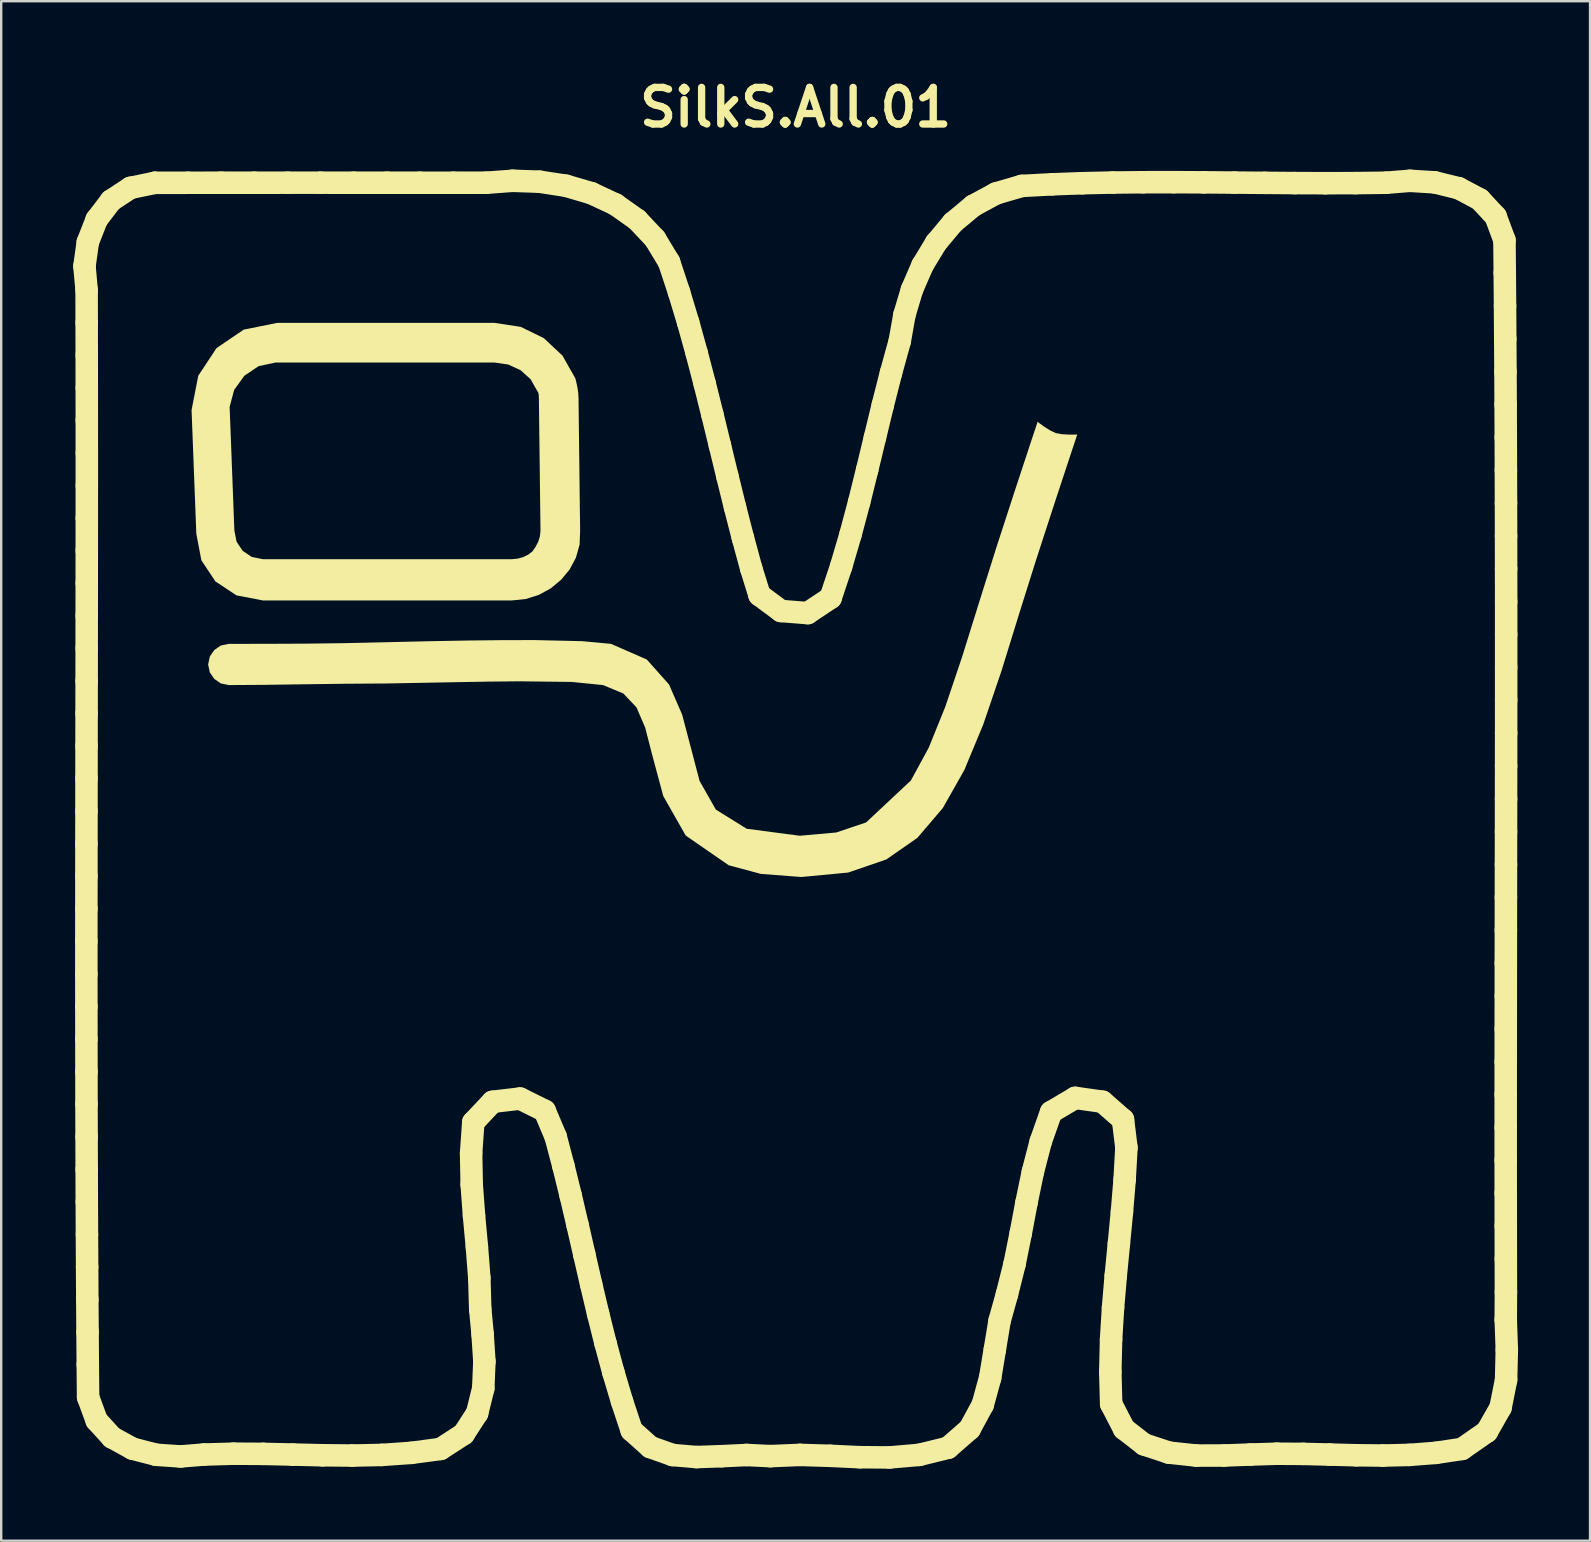
<source format=kicad_pcb>
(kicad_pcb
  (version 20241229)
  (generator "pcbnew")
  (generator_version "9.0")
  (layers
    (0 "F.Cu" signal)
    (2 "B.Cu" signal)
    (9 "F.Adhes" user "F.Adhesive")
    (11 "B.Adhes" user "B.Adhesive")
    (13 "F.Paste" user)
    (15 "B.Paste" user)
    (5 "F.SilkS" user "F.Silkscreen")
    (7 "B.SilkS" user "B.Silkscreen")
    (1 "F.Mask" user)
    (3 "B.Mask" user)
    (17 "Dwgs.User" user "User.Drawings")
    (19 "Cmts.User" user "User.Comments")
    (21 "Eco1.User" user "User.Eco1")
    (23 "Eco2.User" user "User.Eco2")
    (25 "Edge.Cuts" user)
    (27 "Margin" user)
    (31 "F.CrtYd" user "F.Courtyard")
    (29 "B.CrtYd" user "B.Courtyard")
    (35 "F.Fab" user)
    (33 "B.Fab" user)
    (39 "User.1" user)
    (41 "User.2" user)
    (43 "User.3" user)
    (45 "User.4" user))
  (footprint "SilkS.All.01"
    (layer "F.Cu")
    (at 30.103 31.083)
    (property "Reference" "SilkS.All.01" (at 0 -29.656 0) (layer "F.SilkS") (effects (font (size 1.524 1.524) (thickness 0.305))))
    (attr smd)
    (fp_line (start -29.634 -23.04) (end -29.544 -22.046) (stroke (width 0.938) (type solid)) (layer "F.SilkS"))
    (fp_line (start -29.555 6.447) (end -29.554 7.804) (stroke (width 0.938) (type solid)) (layer "F.SilkS"))
    (fp_line (start -29.555 5.09) (end -29.555 6.447) (stroke (width 0.938) (type solid)) (layer "F.SilkS"))
    (fp_line (start -29.554 7.804) (end -29.553 9.161) (stroke (width 0.938) (type solid)) (layer "F.SilkS"))
    (fp_line (start -29.554 3.734) (end -29.555 5.09) (stroke (width 0.938) (type solid)) (layer "F.SilkS"))
    (fp_line (start -29.553 2.377) (end -29.554 3.734) (stroke (width 0.938) (type solid)) (layer "F.SilkS"))
    (fp_line (start -29.553 9.161) (end -29.551 10.518) (stroke (width 0.938) (type solid)) (layer "F.SilkS"))
    (fp_line (start -29.552 1.02) (end -29.553 2.377) (stroke (width 0.938) (type solid)) (layer "F.SilkS"))
    (fp_line (start -29.551 10.518) (end -29.549 11.875) (stroke (width 0.938) (type solid)) (layer "F.SilkS"))
    (fp_line (start -29.55 -0.337) (end -29.552 1.02) (stroke (width 0.938) (type solid)) (layer "F.SilkS"))
    (fp_line (start -29.549 -1.694) (end -29.55 -0.337) (stroke (width 0.938) (type solid)) (layer "F.SilkS"))
    (fp_line (start -29.549 11.875) (end -29.545 13.231) (stroke (width 0.938) (type solid)) (layer "F.SilkS"))
    (fp_line (start -29.547 -3.051) (end -29.549 -1.694) (stroke (width 0.938) (type solid)) (layer "F.SilkS"))
    (fp_line (start -29.545 13.231) (end -29.541 14.588) (stroke (width 0.938) (type solid)) (layer "F.SilkS"))
    (fp_line (start -29.545 -4.408) (end -29.547 -3.051) (stroke (width 0.938) (type solid)) (layer "F.SilkS"))
    (fp_line (start -29.544 -22.046) (end -29.541 -20.69) (stroke (width 0.938) (type solid)) (layer "F.SilkS"))
    (fp_line (start -29.543 -5.764) (end -29.545 -4.408) (stroke (width 0.938) (type solid)) (layer "F.SilkS"))
    (fp_line (start -29.541 -7.121) (end -29.543 -5.764) (stroke (width 0.938) (type solid)) (layer "F.SilkS"))
    (fp_line (start -29.541 14.588) (end -29.536 15.945) (stroke (width 0.938) (type solid)) (layer "F.SilkS"))
    (fp_line (start -29.541 -20.69) (end -29.539 -19.333) (stroke (width 0.938) (type solid)) (layer "F.SilkS"))
    (fp_line (start -29.54 -8.478) (end -29.541 -7.121) (stroke (width 0.938) (type solid)) (layer "F.SilkS"))
    (fp_line (start -29.539 -19.333) (end -29.537 -17.976) (stroke (width 0.938) (type solid)) (layer "F.SilkS"))
    (fp_line (start -29.538 -9.835) (end -29.54 -8.478) (stroke (width 0.938) (type solid)) (layer "F.SilkS"))
    (fp_line (start -29.537 -11.191) (end -29.538 -9.835) (stroke (width 0.938) (type solid)) (layer "F.SilkS"))
    (fp_line (start -29.537 -17.976) (end -29.536 -16.619) (stroke (width 0.938) (type solid)) (layer "F.SilkS"))
    (fp_line (start -29.536 15.945) (end -29.53 17.302) (stroke (width 0.938) (type solid)) (layer "F.SilkS"))
    (fp_line (start -29.536 -12.548) (end -29.537 -11.191) (stroke (width 0.938) (type solid)) (layer "F.SilkS"))
    (fp_line (start -29.536 -16.619) (end -29.535 -15.262) (stroke (width 0.938) (type solid)) (layer "F.SilkS"))
    (fp_line (start -29.535 -13.905) (end -29.536 -12.548) (stroke (width 0.938) (type solid)) (layer "F.SilkS"))
    (fp_line (start -29.535 -15.262) (end -29.535 -13.905) (stroke (width 0.938) (type solid)) (layer "F.SilkS"))
    (fp_line (start -29.53 17.302) (end -29.523 18.659) (stroke (width 0.938) (type solid)) (layer "F.SilkS"))
    (fp_line (start -29.523 18.659) (end -29.515 20.016) (stroke (width 0.938) (type solid)) (layer "F.SilkS"))
    (fp_line (start -29.515 20.016) (end -29.505 21.373) (stroke (width 0.938) (type solid)) (layer "F.SilkS"))
    (fp_line (start -29.505 21.373) (end -29.495 22.73) (stroke (width 0.938) (type solid)) (layer "F.SilkS"))
    (fp_line (start -29.495 -24.042) (end -29.634 -23.04) (stroke (width 0.938) (type solid)) (layer "F.SilkS"))
    (fp_line (start -29.495 22.73) (end -29.482 24.086) (stroke (width 0.938) (type solid)) (layer "F.SilkS"))
    (fp_line (start -29.482 24.086) (end -29.124 25.058) (stroke (width 0.938) (type solid)) (layer "F.SilkS"))
    (fp_line (start -29.124 25.058) (end -28.485 25.761) (stroke (width 0.938) (type solid)) (layer "F.SilkS"))
    (fp_line (start -29.123 -24.99) (end -29.495 -24.042) (stroke (width 0.938) (type solid)) (layer "F.SilkS"))
    (fp_line (start -28.523 -25.776) (end -29.123 -24.99) (stroke (width 0.938) (type solid)) (layer "F.SilkS"))
    (fp_line (start -28.485 25.761) (end -27.628 26.231) (stroke (width 0.938) (type solid)) (layer "F.SilkS"))
    (fp_line (start -27.717 -26.306) (end -28.523 -25.776) (stroke (width 0.938) (type solid)) (layer "F.SilkS"))
    (fp_line (start -27.628 26.231) (end -26.644 26.485) (stroke (width 0.938) (type solid)) (layer "F.SilkS"))
    (fp_line (start -26.701 -26.515) (end -27.717 -26.306) (stroke (width 0.938) (type solid)) (layer "F.SilkS"))
    (fp_line (start -26.701 -26.515) (end -26.701 -26.515) (stroke (width 0.938) (type solid)) (layer "F.SilkS"))
    (fp_line (start -26.644 26.485) (end -25.632 26.554) (stroke (width 0.938) (type solid)) (layer "F.SilkS"))
    (fp_line (start -25.632 26.554) (end -24.654 26.475) (stroke (width 0.938) (type solid)) (layer "F.SilkS"))
    (fp_line (start -25.32 -26.517) (end -26.701 -26.515) (stroke (width 0.938) (type solid)) (layer "F.SilkS"))
    (fp_line (start -24.654 26.475) (end -23.422 26.44) (stroke (width 0.938) (type solid)) (layer "F.SilkS"))
    (fp_line (start -23.938 -26.519) (end -25.32 -26.517) (stroke (width 0.938) (type solid)) (layer "F.SilkS"))
    (fp_line (start -23.422 26.44) (end -22.185 26.447) (stroke (width 0.938) (type solid)) (layer "F.SilkS"))
    (fp_line (start -22.557 -26.519) (end -23.938 -26.519) (stroke (width 0.938) (type solid)) (layer "F.SilkS"))
    (fp_line (start -22.185 26.447) (end -20.951 26.476) (stroke (width 0.938) (type solid)) (layer "F.SilkS"))
    (fp_line (start -21.175 -26.52) (end -22.557 -26.519) (stroke (width 0.938) (type solid)) (layer "F.SilkS"))
    (fp_line (start -20.951 26.476) (end -19.716 26.505) (stroke (width 0.938) (type solid)) (layer "F.SilkS"))
    (fp_line (start -19.794 -26.52) (end -21.175 -26.52) (stroke (width 0.938) (type solid)) (layer "F.SilkS"))
    (fp_line (start -19.716 26.505) (end -18.479 26.517) (stroke (width 0.938) (type solid)) (layer "F.SilkS"))
    (fp_line (start -18.479 26.517) (end -17.247 26.491) (stroke (width 0.938) (type solid)) (layer "F.SilkS"))
    (fp_line (start -18.413 -26.519) (end -19.794 -26.52) (stroke (width 0.938) (type solid)) (layer "F.SilkS"))
    (fp_line (start -17.247 26.491) (end -16.014 26.405) (stroke (width 0.938) (type solid)) (layer "F.SilkS"))
    (fp_line (start -17.031 -26.519) (end -18.413 -26.519) (stroke (width 0.938) (type solid)) (layer "F.SilkS"))
    (fp_line (start -16.014 26.405) (end -14.792 26.241) (stroke (width 0.938) (type solid)) (layer "F.SilkS"))
    (fp_line (start -15.65 -26.518) (end -17.031 -26.519) (stroke (width 0.938) (type solid)) (layer "F.SilkS"))
    (fp_line (start -14.792 26.241) (end -13.834 25.621) (stroke (width 0.938) (type solid)) (layer "F.SilkS"))
    (fp_line (start -14.269 -26.518) (end -15.65 -26.518) (stroke (width 0.938) (type solid)) (layer "F.SilkS"))
    (fp_line (start -13.834 25.621) (end -13.272 24.752) (stroke (width 0.938) (type solid)) (layer "F.SilkS"))
    (fp_line (start -13.523 13.922) (end -13.432 12.629) (stroke (width 0.938) (type solid)) (layer "F.SilkS"))
    (fp_line (start -13.498 15.225) (end -13.523 13.922) (stroke (width 0.938) (type solid)) (layer "F.SilkS"))
    (fp_line (start -13.432 12.629) (end -12.63 11.777) (stroke (width 0.938) (type solid)) (layer "F.SilkS"))
    (fp_line (start -13.402 16.52) (end -13.498 15.225) (stroke (width 0.938) (type solid)) (layer "F.SilkS"))
    (fp_line (start -13.282 17.817) (end -13.402 16.52) (stroke (width 0.938) (type solid)) (layer "F.SilkS"))
    (fp_line (start -13.272 24.752) (end -13.016 23.718) (stroke (width 0.938) (type solid)) (layer "F.SilkS"))
    (fp_line (start -13.181 19.118) (end -13.282 17.817) (stroke (width 0.938) (type solid)) (layer "F.SilkS"))
    (fp_line (start -13.143 20.413) (end -13.181 19.118) (stroke (width 0.938) (type solid)) (layer "F.SilkS"))
    (fp_line (start -13.043 21.469) (end -13.143 20.413) (stroke (width 0.938) (type solid)) (layer "F.SilkS"))
    (fp_line (start -13.016 23.718) (end -12.97 22.597) (stroke (width 0.938) (type solid)) (layer "F.SilkS"))
    (fp_line (start -12.97 22.597) (end -13.043 21.469) (stroke (width 0.938) (type solid)) (layer "F.SilkS"))
    (fp_line (start -12.887 -26.519) (end -14.269 -26.518) (stroke (width 0.938) (type solid)) (layer "F.SilkS"))
    (fp_line (start -12.63 11.777) (end -11.483 11.642) (stroke (width 0.938) (type solid)) (layer "F.SilkS"))
    (fp_line (start -11.788 -26.6) (end -12.887 -26.519) (stroke (width 0.938) (type solid)) (layer "F.SilkS"))
    (fp_line (start -11.483 11.642) (end -10.456 12.151) (stroke (width 0.938) (type solid)) (layer "F.SilkS"))
    (fp_line (start -10.672 -26.562) (end -11.788 -26.6) (stroke (width 0.938) (type solid)) (layer "F.SilkS"))
    (fp_line (start -10.456 12.151) (end -9.998 13.236) (stroke (width 0.938) (type solid)) (layer "F.SilkS"))
    (fp_line (start -9.998 13.236) (end -9.676 14.457) (stroke (width 0.938) (type solid)) (layer "F.SilkS"))
    (fp_line (start -9.676 14.457) (end -9.374 15.686) (stroke (width 0.938) (type solid)) (layer "F.SilkS"))
    (fp_line (start -9.57 -26.393) (end -10.672 -26.562) (stroke (width 0.938) (type solid)) (layer "F.SilkS"))
    (fp_line (start -9.374 15.686) (end -9.086 16.916) (stroke (width 0.938) (type solid)) (layer "F.SilkS"))
    (fp_line (start -9.086 16.916) (end -8.804 18.149) (stroke (width 0.938) (type solid)) (layer "F.SilkS"))
    (fp_line (start -8.804 18.149) (end -8.521 19.382) (stroke (width 0.938) (type solid)) (layer "F.SilkS"))
    (fp_line (start -8.521 19.382) (end -8.23 20.612) (stroke (width 0.938) (type solid)) (layer "F.SilkS"))
    (fp_line (start -8.51 -26.083) (end -9.57 -26.393) (stroke (width 0.938) (type solid)) (layer "F.SilkS"))
    (fp_line (start -8.23 20.612) (end -7.923 21.839) (stroke (width 0.938) (type solid)) (layer "F.SilkS"))
    (fp_line (start -7.923 21.839) (end -7.593 23.058) (stroke (width 0.938) (type solid)) (layer "F.SilkS"))
    (fp_line (start -7.593 23.058) (end -7.232 24.27) (stroke (width 0.938) (type solid)) (layer "F.SilkS"))
    (fp_line (start -7.503 -25.612) (end -8.51 -26.083) (stroke (width 0.938) (type solid)) (layer "F.SilkS"))
    (fp_line (start -7.232 24.27) (end -6.834 25.469) (stroke (width 0.938) (type solid)) (layer "F.SilkS"))
    (fp_line (start -6.834 25.469) (end -6.058 26.164) (stroke (width 0.938) (type solid)) (layer "F.SilkS"))
    (fp_line (start -6.602 -24.973) (end -7.503 -25.612) (stroke (width 0.938) (type solid)) (layer "F.SilkS"))
    (fp_line (start -6.058 26.164) (end -5.127 26.495) (stroke (width 0.938) (type solid)) (layer "F.SilkS"))
    (fp_line (start -5.859 -24.183) (end -6.602 -24.973) (stroke (width 0.938) (type solid)) (layer "F.SilkS"))
    (fp_line (start -5.274 -23.214) (end -5.859 -24.183) (stroke (width 0.938) (type solid)) (layer "F.SilkS"))
    (fp_line (start -5.127 26.495) (end -4.132 26.58) (stroke (width 0.938) (type solid)) (layer "F.SilkS"))
    (fp_line (start -4.859 -21.959) (end -5.274 -23.214) (stroke (width 0.938) (type solid)) (layer "F.SilkS"))
    (fp_line (start -4.477 -20.692) (end -4.859 -21.959) (stroke (width 0.938) (type solid)) (layer "F.SilkS"))
    (fp_line (start -4.132 26.58) (end -3.092 26.544) (stroke (width 0.938) (type solid)) (layer "F.SilkS"))
    (fp_line (start -4.123 -19.418) (end -4.477 -20.692) (stroke (width 0.938) (type solid)) (layer "F.SilkS"))
    (fp_line (start -3.788 -18.137) (end -4.123 -19.418) (stroke (width 0.938) (type solid)) (layer "F.SilkS"))
    (fp_line (start -3.468 -16.854) (end -3.788 -18.137) (stroke (width 0.938) (type solid)) (layer "F.SilkS"))
    (fp_line (start -3.155 -15.569) (end -3.468 -16.854) (stroke (width 0.938) (type solid)) (layer "F.SilkS"))
    (fp_line (start -3.092 26.544) (end -2.046 26.494) (stroke (width 0.938) (type solid)) (layer "F.SilkS"))
    (fp_line (start -2.843 -14.283) (end -3.155 -15.569) (stroke (width 0.938) (type solid)) (layer "F.SilkS"))
    (fp_line (start -2.526 -12.998) (end -2.843 -14.283) (stroke (width 0.938) (type solid)) (layer "F.SilkS"))
    (fp_line (start -2.197 -11.716) (end -2.526 -12.998) (stroke (width 0.938) (type solid)) (layer "F.SilkS"))
    (fp_line (start -2.046 26.494) (end -1.054 26.541) (stroke (width 0.938) (type solid)) (layer "F.SilkS"))
    (fp_line (start -1.85 -10.441) (end -2.197 -11.716) (stroke (width 0.938) (type solid)) (layer "F.SilkS"))
    (fp_line (start -1.507 -9.337) (end -1.85 -10.441) (stroke (width 0.938) (type solid)) (layer "F.SilkS"))
    (fp_line (start -1.054 26.541) (end 0.179 26.49) (stroke (width 0.938) (type solid)) (layer "F.SilkS"))
    (fp_line (start -0.611 -8.674) (end -1.507 -9.337) (stroke (width 0.938) (type solid)) (layer "F.SilkS"))
    (fp_line (start 0.179 26.49) (end 1.428 26.528) (stroke (width 0.938) (type solid)) (layer "F.SilkS"))
    (fp_line (start 0.502 -8.586) (end -0.611 -8.674) (stroke (width 0.938) (type solid)) (layer "F.SilkS"))
    (fp_line (start 1.428 26.528) (end 2.674 26.586) (stroke (width 0.938) (type solid)) (layer "F.SilkS"))
    (fp_line (start 1.459 -9.223) (end 0.502 -8.586) (stroke (width 0.938) (type solid)) (layer "F.SilkS"))
    (fp_line (start 1.897 -10.537) (end 1.459 -9.223) (stroke (width 0.938) (type solid)) (layer "F.SilkS"))
    (fp_line (start 2.288 -11.868) (end 1.897 -10.537) (stroke (width 0.938) (type solid)) (layer "F.SilkS"))
    (fp_line (start 2.645 -13.207) (end 2.288 -11.868) (stroke (width 0.938) (type solid)) (layer "F.SilkS"))
    (fp_line (start 2.674 26.586) (end 3.911 26.596) (stroke (width 0.938) (type solid)) (layer "F.SilkS"))
    (fp_line (start 2.979 -14.553) (end 2.645 -13.207) (stroke (width 0.938) (type solid)) (layer "F.SilkS"))
    (fp_line (start 3.304 -15.901) (end 2.979 -14.553) (stroke (width 0.938) (type solid)) (layer "F.SilkS"))
    (fp_line (start 3.63 -17.248) (end 3.304 -15.901) (stroke (width 0.938) (type solid)) (layer "F.SilkS"))
    (fp_line (start 3.911 26.596) (end 5.148 26.489) (stroke (width 0.938) (type solid)) (layer "F.SilkS"))
    (fp_line (start 3.972 -18.593) (end 3.63 -17.248) (stroke (width 0.938) (type solid)) (layer "F.SilkS"))
    (fp_line (start 4.34 -19.928) (end 3.972 -18.593) (stroke (width 0.938) (type solid)) (layer "F.SilkS"))
    (fp_line (start 4.53 -21.004) (end 4.34 -19.928) (stroke (width 0.938) (type solid)) (layer "F.SilkS"))
    (fp_line (start 4.846 -22.065) (end 4.53 -21.004) (stroke (width 0.938) (type solid)) (layer "F.SilkS"))
    (fp_line (start 5.148 26.489) (end 6.352 26.193) (stroke (width 0.938) (type solid)) (layer "F.SilkS"))
    (fp_line (start 5.285 -23.078) (end 4.846 -22.065) (stroke (width 0.938) (type solid)) (layer "F.SilkS"))
    (fp_line (start 5.851 -24.015) (end 5.285 -23.078) (stroke (width 0.938) (type solid)) (layer "F.SilkS"))
    (fp_line (start 6.352 26.193) (end 7.251 25.408) (stroke (width 0.938) (type solid)) (layer "F.SilkS"))
    (fp_line (start 6.559 -24.86) (end 5.851 -24.015) (stroke (width 0.938) (type solid)) (layer "F.SilkS"))
    (fp_line (start 7.251 25.408) (end 7.798 24.397) (stroke (width 0.938) (type solid)) (layer "F.SilkS"))
    (fp_line (start 7.4 -25.56) (end 6.559 -24.86) (stroke (width 0.938) (type solid)) (layer "F.SilkS"))
    (fp_line (start 7.798 24.397) (end 8.104 23.279) (stroke (width 0.938) (type solid)) (layer "F.SilkS"))
    (fp_line (start 8.104 23.279) (end 8.3 22.099) (stroke (width 0.938) (type solid)) (layer "F.SilkS"))
    (fp_line (start 8.3 22.099) (end 8.496 20.907) (stroke (width 0.938) (type solid)) (layer "F.SilkS"))
    (fp_line (start 8.347 -26.072) (end 7.4 -25.56) (stroke (width 0.938) (type solid)) (layer "F.SilkS"))
    (fp_line (start 8.496 20.907) (end 8.804 19.802) (stroke (width 0.938) (type solid)) (layer "F.SilkS"))
    (fp_line (start 8.804 19.802) (end 9.12 18.541) (stroke (width 0.938) (type solid)) (layer "F.SilkS"))
    (fp_line (start 9.12 18.541) (end 9.379 17.258) (stroke (width 0.938) (type solid)) (layer "F.SilkS"))
    (fp_line (start 9.379 17.258) (end 9.62 15.974) (stroke (width 0.938) (type solid)) (layer "F.SilkS"))
    (fp_line (start 9.422 -26.386) (end 8.347 -26.072) (stroke (width 0.938) (type solid)) (layer "F.SilkS"))
    (fp_line (start 9.62 15.974) (end 9.884 14.698) (stroke (width 0.938) (type solid)) (layer "F.SilkS"))
    (fp_line (start 9.884 14.698) (end 10.212 13.432) (stroke (width 0.938) (type solid)) (layer "F.SilkS"))
    (fp_line (start 10.212 13.432) (end 10.644 12.206) (stroke (width 0.938) (type solid)) (layer "F.SilkS"))
    (fp_line (start 10.644 12.206) (end 11.647 11.613) (stroke (width 0.938) (type solid)) (layer "F.SilkS"))
    (fp_line (start 10.685 -26.453) (end 9.422 -26.386) (stroke (width 0.938) (type solid)) (layer "F.SilkS"))
    (fp_line (start 11.647 11.613) (end 12.786 11.774) (stroke (width 0.938) (type solid)) (layer "F.SilkS"))
    (fp_line (start 11.95 -26.499) (end 10.685 -26.453) (stroke (width 0.938) (type solid)) (layer "F.SilkS"))
    (fp_line (start 12.786 11.774) (end 13.64 12.521) (stroke (width 0.938) (type solid)) (layer "F.SilkS"))
    (fp_line (start 13.111 23.029) (end 13.147 24.365) (stroke (width 0.938) (type solid)) (layer "F.SilkS"))
    (fp_line (start 13.143 21.689) (end 13.111 23.029) (stroke (width 0.938) (type solid)) (layer "F.SilkS"))
    (fp_line (start 13.147 24.365) (end 13.686 25.408) (stroke (width 0.938) (type solid)) (layer "F.SilkS"))
    (fp_line (start 13.214 -26.527) (end 11.95 -26.499) (stroke (width 0.938) (type solid)) (layer "F.SilkS"))
    (fp_line (start 13.225 20.355) (end 13.143 21.689) (stroke (width 0.938) (type solid)) (layer "F.SilkS"))
    (fp_line (start 13.339 19.02) (end 13.225 20.355) (stroke (width 0.938) (type solid)) (layer "F.SilkS"))
    (fp_line (start 13.469 17.688) (end 13.339 19.02) (stroke (width 0.938) (type solid)) (layer "F.SilkS"))
    (fp_line (start 13.597 16.356) (end 13.469 17.688) (stroke (width 0.938) (type solid)) (layer "F.SilkS"))
    (fp_line (start 13.64 12.521) (end 13.783 13.686) (stroke (width 0.938) (type solid)) (layer "F.SilkS"))
    (fp_line (start 13.686 25.408) (end 14.52 26.054) (stroke (width 0.938) (type solid)) (layer "F.SilkS"))
    (fp_line (start 13.708 15.02) (end 13.597 16.356) (stroke (width 0.938) (type solid)) (layer "F.SilkS"))
    (fp_line (start 13.783 13.686) (end 13.708 15.02) (stroke (width 0.938) (type solid)) (layer "F.SilkS"))
    (fp_line (start 14.48 -26.54) (end 13.214 -26.527) (stroke (width 0.938) (type solid)) (layer "F.SilkS"))
    (fp_line (start 14.52 26.054) (end 15.555 26.395) (stroke (width 0.938) (type solid)) (layer "F.SilkS"))
    (fp_line (start 15.555 26.395) (end 16.699 26.518) (stroke (width 0.938) (type solid)) (layer "F.SilkS"))
    (fp_line (start 15.745 -26.542) (end 14.48 -26.54) (stroke (width 0.938) (type solid)) (layer "F.SilkS"))
    (fp_line (start 16.699 26.518) (end 17.858 26.515) (stroke (width 0.938) (type solid)) (layer "F.SilkS"))
    (fp_line (start 17.01 -26.536) (end 15.745 -26.542) (stroke (width 0.938) (type solid)) (layer "F.SilkS"))
    (fp_line (start 17.858 26.515) (end 18.943 26.475) (stroke (width 0.938) (type solid)) (layer "F.SilkS"))
    (fp_line (start 18.275 -26.525) (end 17.01 -26.536) (stroke (width 0.938) (type solid)) (layer "F.SilkS"))
    (fp_line (start 18.943 26.475) (end 20.045 26.441) (stroke (width 0.938) (type solid)) (layer "F.SilkS"))
    (fp_line (start 19.541 -26.514) (end 18.275 -26.525) (stroke (width 0.938) (type solid)) (layer "F.SilkS"))
    (fp_line (start 20.045 26.441) (end 21.153 26.448) (stroke (width 0.938) (type solid)) (layer "F.SilkS"))
    (fp_line (start 20.806 -26.504) (end 19.541 -26.514) (stroke (width 0.938) (type solid)) (layer "F.SilkS"))
    (fp_line (start 21.153 26.448) (end 22.257 26.476) (stroke (width 0.938) (type solid)) (layer "F.SilkS"))
    (fp_line (start 22.071 -26.499) (end 20.806 -26.504) (stroke (width 0.938) (type solid)) (layer "F.SilkS"))
    (fp_line (start 22.257 26.476) (end 23.362 26.505) (stroke (width 0.938) (type solid)) (layer "F.SilkS"))
    (fp_line (start 23.336 -26.503) (end 22.071 -26.499) (stroke (width 0.938) (type solid)) (layer "F.SilkS"))
    (fp_line (start 23.362 26.505) (end 24.47 26.517) (stroke (width 0.938) (type solid)) (layer "F.SilkS"))
    (fp_line (start 24.47 26.517) (end 25.572 26.49) (stroke (width 0.938) (type solid)) (layer "F.SilkS"))
    (fp_line (start 24.601 -26.519) (end 23.336 -26.503) (stroke (width 0.938) (type solid)) (layer "F.SilkS"))
    (fp_line (start 25.572 26.49) (end 26.675 26.405) (stroke (width 0.938) (type solid)) (layer "F.SilkS"))
    (fp_line (start 25.594 -26.599) (end 24.601 -26.519) (stroke (width 0.938) (type solid)) (layer "F.SilkS"))
    (fp_line (start 26.628 -26.535) (end 25.594 -26.599) (stroke (width 0.938) (type solid)) (layer "F.SilkS"))
    (fp_line (start 26.675 26.405) (end 27.766 26.241) (stroke (width 0.938) (type solid)) (layer "F.SilkS"))
    (fp_line (start 27.633 -26.288) (end 26.628 -26.535) (stroke (width 0.938) (type solid)) (layer "F.SilkS"))
    (fp_line (start 27.766 26.241) (end 28.804 25.519) (stroke (width 0.938) (type solid)) (layer "F.SilkS"))
    (fp_line (start 28.51 -25.822) (end 27.633 -26.288) (stroke (width 0.938) (type solid)) (layer "F.SilkS"))
    (fp_line (start 28.804 25.519) (end 29.372 24.521) (stroke (width 0.938) (type solid)) (layer "F.SilkS"))
    (fp_line (start 29.168 -25.114) (end 28.51 -25.822) (stroke (width 0.938) (type solid)) (layer "F.SilkS"))
    (fp_line (start 29.372 24.521) (end 29.603 23.364) (stroke (width 0.938) (type solid)) (layer "F.SilkS"))
    (fp_line (start 29.535 -24.125) (end 29.168 -25.114) (stroke (width 0.938) (type solid)) (layer "F.SilkS"))
    (fp_line (start 29.548 -22.756) (end 29.535 -24.125) (stroke (width 0.938) (type solid)) (layer "F.SilkS"))
    (fp_line (start 29.559 -21.387) (end 29.548 -22.756) (stroke (width 0.938) (type solid)) (layer "F.SilkS"))
    (fp_line (start 29.568 -20.018) (end 29.559 -21.387) (stroke (width 0.938) (type solid)) (layer "F.SilkS"))
    (fp_line (start 29.577 -18.648) (end 29.568 -20.018) (stroke (width 0.938) (type solid)) (layer "F.SilkS"))
    (fp_line (start 29.584 -17.279) (end 29.577 -18.648) (stroke (width 0.938) (type solid)) (layer "F.SilkS"))
    (fp_line (start 29.587 12.842) (end 29.587 11.473) (stroke (width 0.938) (type solid)) (layer "F.SilkS"))
    (fp_line (start 29.587 11.473) (end 29.588 10.104) (stroke (width 0.938) (type solid)) (layer "F.SilkS"))
    (fp_line (start 29.587 14.211) (end 29.587 12.842) (stroke (width 0.938) (type solid)) (layer "F.SilkS"))
    (fp_line (start 29.588 10.104) (end 29.589 8.734) (stroke (width 0.938) (type solid)) (layer "F.SilkS"))
    (fp_line (start 29.588 15.58) (end 29.587 14.211) (stroke (width 0.938) (type solid)) (layer "F.SilkS"))
    (fp_line (start 29.589 20.858) (end 29.596 19.688) (stroke (width 0.938) (type solid)) (layer "F.SilkS"))
    (fp_line (start 29.589 8.734) (end 29.591 7.365) (stroke (width 0.938) (type solid)) (layer "F.SilkS"))
    (fp_line (start 29.59 16.95) (end 29.588 15.58) (stroke (width 0.938) (type solid)) (layer "F.SilkS"))
    (fp_line (start 29.59 -15.91) (end 29.584 -17.279) (stroke (width 0.938) (type solid)) (layer "F.SilkS"))
    (fp_line (start 29.591 7.365) (end 29.592 5.996) (stroke (width 0.938) (type solid)) (layer "F.SilkS"))
    (fp_line (start 29.592 5.996) (end 29.594 4.627) (stroke (width 0.938) (type solid)) (layer "F.SilkS"))
    (fp_line (start 29.592 18.319) (end 29.59 16.95) (stroke (width 0.938) (type solid)) (layer "F.SilkS"))
    (fp_line (start 29.594 4.627) (end 29.596 3.258) (stroke (width 0.938) (type solid)) (layer "F.SilkS"))
    (fp_line (start 29.595 -14.541) (end 29.59 -15.91) (stroke (width 0.938) (type solid)) (layer "F.SilkS"))
    (fp_line (start 29.596 19.688) (end 29.592 18.319) (stroke (width 0.938) (type solid)) (layer "F.SilkS"))
    (fp_line (start 29.596 3.258) (end 29.598 1.889) (stroke (width 0.938) (type solid)) (layer "F.SilkS"))
    (fp_line (start 29.598 1.889) (end 29.6 0.52) (stroke (width 0.938) (type solid)) (layer "F.SilkS"))
    (fp_line (start 29.599 -13.172) (end 29.595 -14.541) (stroke (width 0.938) (type solid)) (layer "F.SilkS"))
    (fp_line (start 29.6 0.52) (end 29.602 -0.849) (stroke (width 0.938) (type solid)) (layer "F.SilkS"))
    (fp_line (start 29.602 -0.849) (end 29.604 -2.219) (stroke (width 0.938) (type solid)) (layer "F.SilkS"))
    (fp_line (start 29.602 -11.803) (end 29.599 -13.172) (stroke (width 0.938) (type solid)) (layer "F.SilkS"))
    (fp_line (start 29.603 23.364) (end 29.633 22.117) (stroke (width 0.938) (type solid)) (layer "F.SilkS"))
    (fp_line (start 29.604 -2.219) (end 29.605 -3.588) (stroke (width 0.938) (type solid)) (layer "F.SilkS"))
    (fp_line (start 29.604 -10.434) (end 29.602 -11.803) (stroke (width 0.938) (type solid)) (layer "F.SilkS"))
    (fp_line (start 29.605 -3.588) (end 29.606 -4.957) (stroke (width 0.938) (type solid)) (layer "F.SilkS"))
    (fp_line (start 29.606 -9.064) (end 29.604 -10.434) (stroke (width 0.938) (type solid)) (layer "F.SilkS"))
    (fp_line (start 29.606 -4.957) (end 29.606 -6.326) (stroke (width 0.938) (type solid)) (layer "F.SilkS"))
    (fp_line (start 29.606 -7.695) (end 29.606 -9.064) (stroke (width 0.938) (type solid)) (layer "F.SilkS"))
    (fp_line (start 29.606 -6.326) (end 29.606 -7.695) (stroke (width 0.938) (type solid)) (layer "F.SilkS"))
    (fp_line (start 29.633 22.117) (end 29.589 20.858) (stroke (width 0.938) (type solid)) (layer "F.SilkS"))
    (fp_poly (pts (xy 10.082 -16.557) (xy 9.803 -15.717) (xy 9.14 -13.707) (xy 8.353 -11.287) (xy 7.703 -9.221) (xy 6.937 -6.765) (xy 6.237 -4.689) (xy 5.545 -2.978) (xy 4.803 -1.613) (xy 2.935 0.137) (xy 1.693 0.555) (xy 0.169 0.691) (xy -2.04 0.4) (xy -3.325 -0.399) (xy -4.004 -1.595) (xy -4.391 -3.075) (xy -4.73 -4.359) (xy -5.275 -5.611) (xy -6.203 -6.653) (xy -7.695 -7.305) (xy -8.893 -7.417) (xy -10.884 -7.462) (xy -12.169 -7.46) (xy -13.643 -7.444) (xy -15.302 -7.414) (xy -17.145 -7.371) (xy -18.845 -7.333) (xy -20.532 -7.313) (xy -22.145 -7.306) (xy -23.621 -7.305) (xy -23.951 -7.236) (xy -24.224 -7.049) (xy -24.411 -6.775) (xy -24.48 -6.446) (xy -24.411 -6.116) (xy -24.224 -5.843) (xy -23.951 -5.656) (xy -23.621 -5.587) (xy -22.116 -5.597) (xy -20.499 -5.62) (xy -18.807 -5.642) (xy -17.079 -5.653) (xy -15.649 -5.68) (xy -14.215 -5.707) (xy -12.82 -5.731) (xy -11.511 -5.744) (xy -9.329 -5.718) (xy -8.025 -5.587) (xy -7.176 -5.234) (xy -6.629 -4.653) (xy -6.269 -3.812) (xy -5.977 -2.679) (xy -5.517 -0.964) (xy -4.581 0.683) (xy -2.789 1.921) (xy -1.455 2.28) (xy 0.235 2.41) (xy 2.188 2.225) (xy 3.779 1.679) (xy 5.072 0.779) (xy 6.133 -0.465) (xy 7.027 -2.043) (xy 7.818 -3.947) (xy 8.573 -6.166) (xy 9.355 -8.693) (xy 10.005 -10.759) (xy 10.792 -13.178) (xy 11.455 -15.188) (xy 11.734 -16.028) (xy 11.632 -16.025) (xy 11.389 -16.025) (xy 11.094 -16.041) (xy 10.837 -16.088) (xy 10.603 -16.198) (xy 10.356 -16.355) (xy 10.161 -16.496) (xy 10.082 -16.557) (xy 10.082 -16.557)) (stroke (width 0) (type solid)) (fill yes) (layer "F.SilkS"))
    (fp_poly (pts (xy -22.197 -9.114) (xy -19.603 -9.114) (xy -11.576 -10.856) (xy -11.822 -10.833) (xy -14.416 -10.833) (xy -17.01 -10.833) (xy -19.603 -10.833) (xy -22.197 -10.833) (xy -22.662 -10.926) (xy -23.04 -11.18) (xy -23.294 -11.558) (xy -23.387 -12.022) (xy -23.436 -13.311) (xy -23.486 -14.599) (xy -23.535 -15.888) (xy -23.585 -17.177) (xy -23.397 -17.884) (xy -22.974 -18.474) (xy -22.377 -18.877) (xy -21.669 -19.027) (xy -21.669 -19.027) (xy -19.389 -19.027) (xy -17.109 -19.027) (xy -14.829 -19.027) (xy -12.549 -19.027) (xy -11.973 -18.943) (xy -11.459 -18.705) (xy -11.043 -18.33) (xy -10.765 -17.838) (xy -10.726 -17.777) (xy -10.707 -17.697) (xy -10.7 -17.605) (xy -10.698 -17.507) (xy -10.682 -16.136) (xy -10.665 -14.765) (xy -10.649 -13.393) (xy -10.632 -12.022) (xy -10.656 -11.786) (xy -10.723 -11.568) (xy -10.828 -11.362) (xy -10.963 -11.163) (xy -11.134 -11.028) (xy -11.343 -10.924) (xy -11.576 -10.856) (xy -19.603 -9.114) (xy -17.01 -9.114) (xy -14.416 -9.114) (xy -11.822 -9.114) (xy -11.242 -9.174) (xy -10.699 -9.346) (xy -10.205 -9.616) (xy -9.773 -9.974) (xy -9.417 -10.405) (xy -9.154 -10.899) (xy -9.002 -11.442) (xy -8.98 -12.022) (xy -8.997 -13.393) (xy -9.013 -14.765) (xy -9.03 -16.136) (xy -9.046 -17.507) (xy -9.058 -17.744) (xy -9.088 -17.962) (xy -9.13 -18.167) (xy -9.179 -18.366) (xy -9.715 -19.313) (xy -10.492 -20.043) (xy -11.455 -20.513) (xy -12.549 -20.679) (xy -14.812 -20.679) (xy -17.076 -20.679) (xy -19.339 -20.679) (xy -21.602 -20.679) (xy -22.996 -20.399) (xy -24.13 -19.63) (xy -24.892 -18.477) (xy -25.171 -17.045) (xy -25.121 -15.756) (xy -25.072 -14.467) (xy -25.022 -13.179) (xy -24.973 -11.89) (xy -24.762 -10.787) (xy -24.18 -9.908) (xy -23.3 -9.325) (xy -22.197 -9.114) (xy -22.197 -9.114)) (stroke (width 0) (type solid)) (fill yes) (layer "F.SilkS")))
  (gr_rect
    (start -3 -3)
    (end 63.204 61.148)
    (stroke (width 0.1) (type default))
    (fill no)
    (layer "Edge.Cuts")))
</source>
